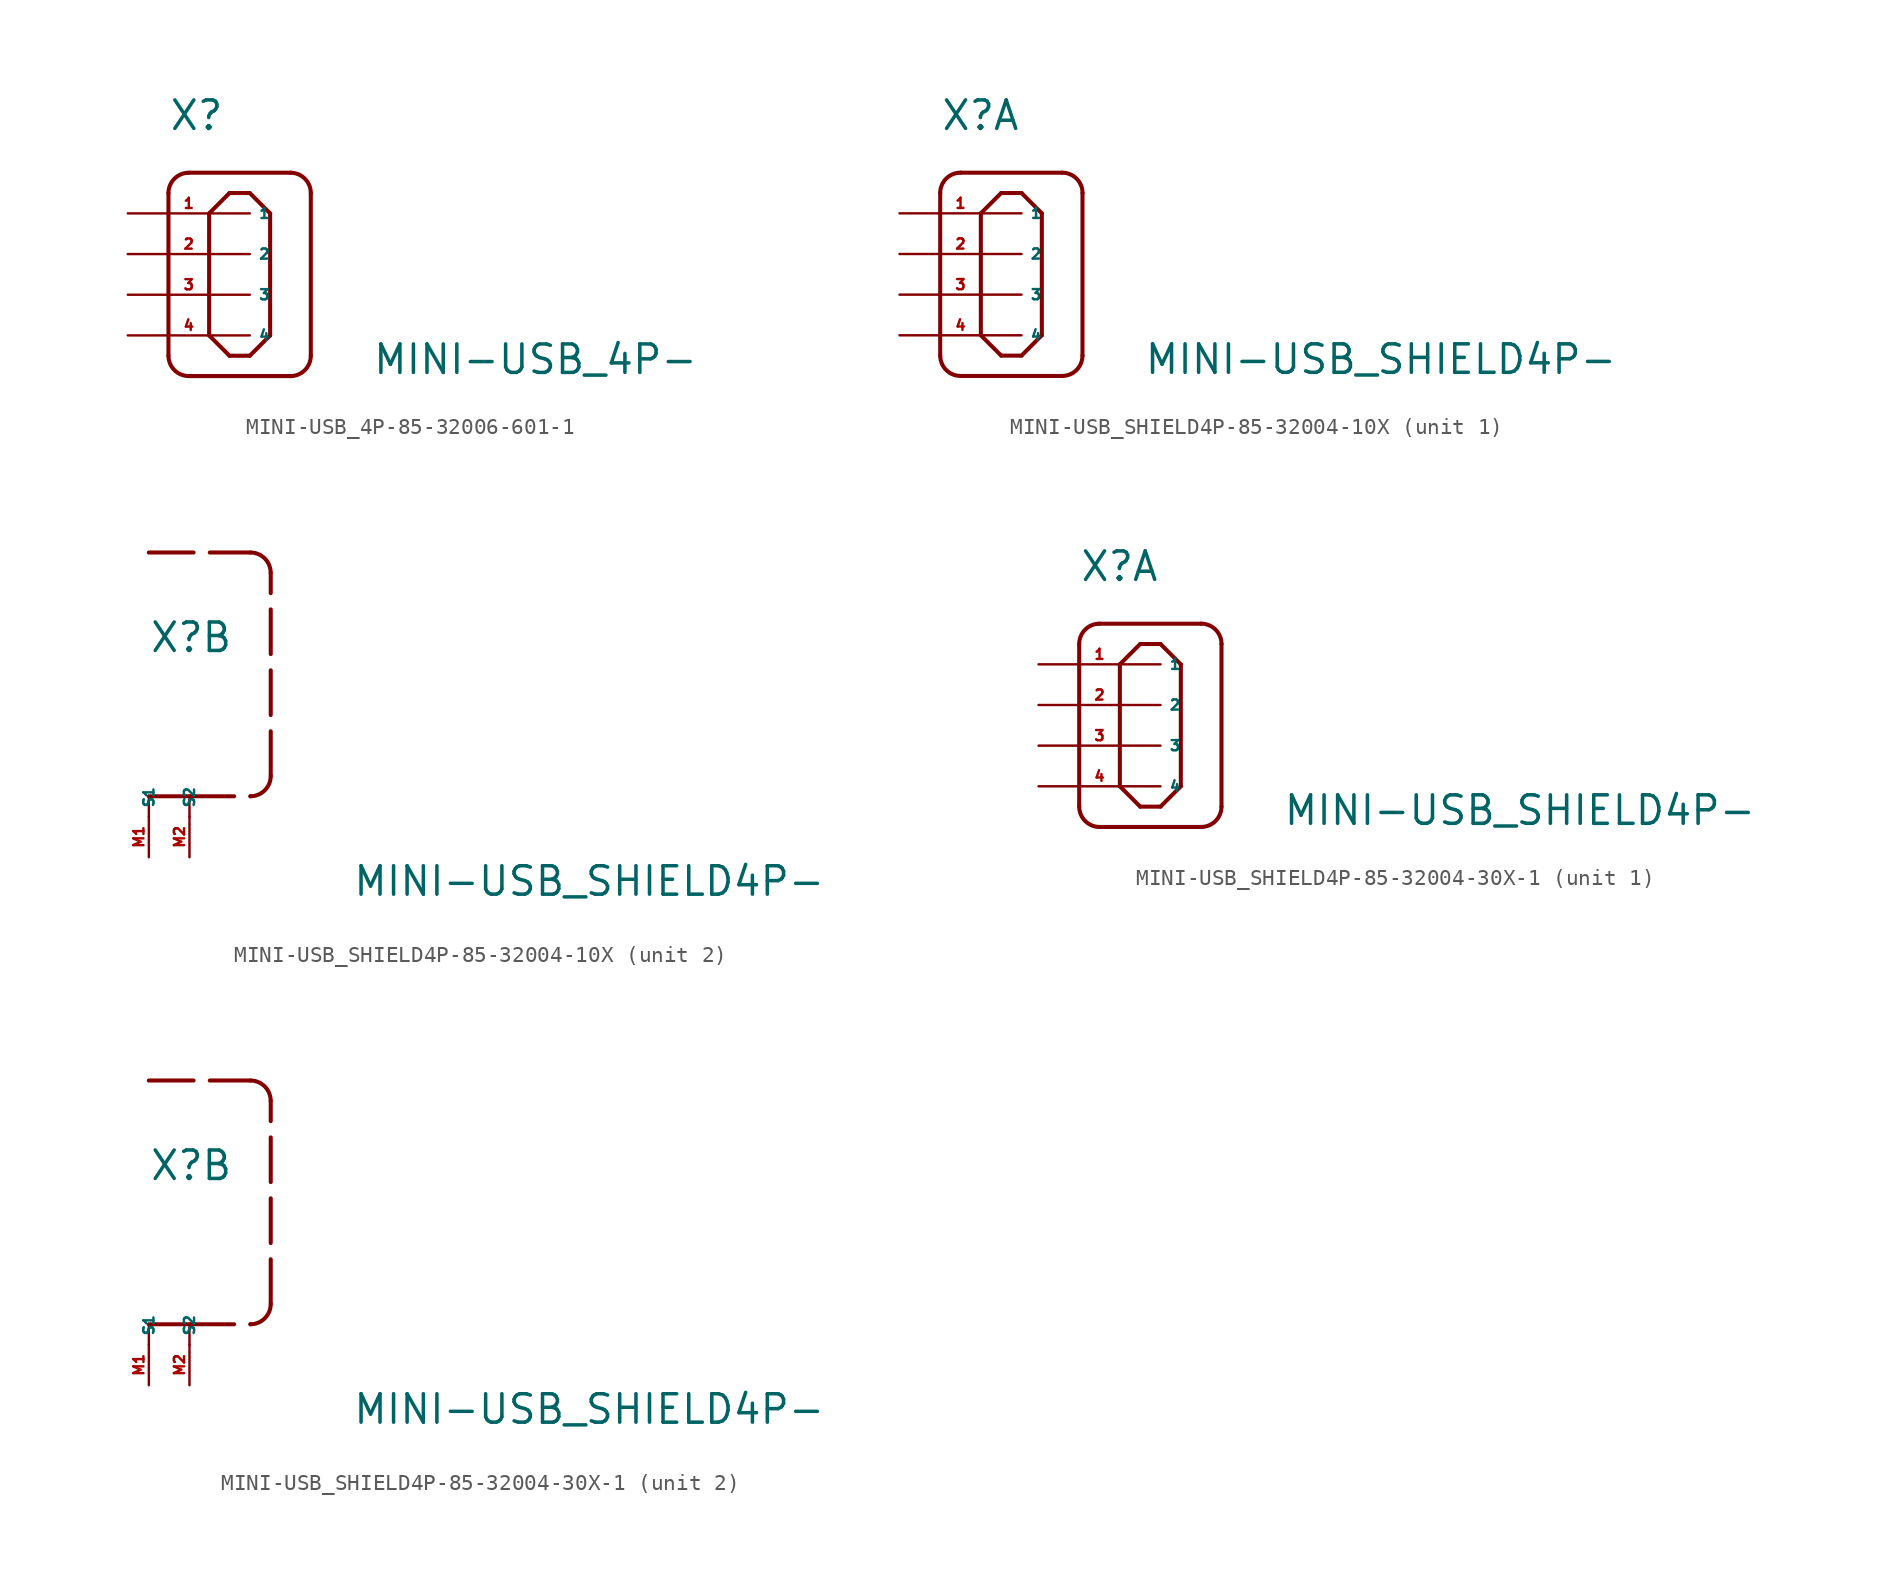
<source format=kicad_sym>
(kicad_symbol_lib
  (version 20220914)
  (generator Eagle2Kicad)
  (symbol "MINI-USB_4P-85-32006-601-1"
    (property "Reference" "X"
      (at -2.54 10.16 0)
      (effects (font (size 1.778 1.778) (thickness 0.22)) (justify left bottom)))
    (property "Value" "MINI-USB_4P-"
      (at 10.16 -5.08 0)
      (effects (font (size 1.778 1.778) (thickness 0.22)) (justify left bottom)))
    (polyline
      (pts (xy -2.54 6.35) (xy -2.54 -3.81))
      (stroke (width 0.254) (type default))
      (fill (type none)))
    (arc
      (start -2.54 -3.81)
      (mid -2.168 -4.708)
      (end -1.27 -5.08)
      (stroke (width 0.254) (type default))
      (fill (type none)))
    (polyline
      (pts (xy -1.27 -5.08) (xy 5.08 -5.08))
      (stroke (width 0.254) (type default))
      (fill (type none)))
    (arc
      (start 5.08 -5.08)
      (mid 5.978 -4.708)
      (end 6.35 -3.81)
      (stroke (width 0.254) (type default))
      (fill (type none)))
    (polyline
      (pts (xy 6.35 -3.81) (xy 6.35 6.35))
      (stroke (width 0.254) (type default))
      (fill (type none)))
    (arc
      (start -1.27 7.62)
      (mid -2.168 7.248)
      (end -2.54 6.35)
      (stroke (width 0.254) (type default))
      (fill (type none)))
    (polyline
      (pts (xy -1.27 7.62) (xy 5.08 7.62))
      (stroke (width 0.254) (type default))
      (fill (type none)))
    (arc
      (start 6.35 6.35)
      (mid 5.978 7.248)
      (end 5.08 7.62)
      (stroke (width 0.254) (type default))
      (fill (type none)))
    (polyline
      (pts (xy 0 5.08) (xy 0 -2.54))
      (stroke (width 0.254) (type default))
      (fill (type none)))
    (polyline
      (pts (xy 0 -2.54) (xy 1.27 -3.81))
      (stroke (width 0.254) (type default))
      (fill (type none)))
    (polyline
      (pts (xy 1.27 -3.81) (xy 2.54 -3.81))
      (stroke (width 0.254) (type default))
      (fill (type none)))
    (polyline
      (pts (xy 3.81 -2.54) (xy 3.81 5.08))
      (stroke (width 0.254) (type default))
      (fill (type none)))
    (polyline
      (pts (xy 2.54 6.35) (xy 1.27 6.35))
      (stroke (width 0.254) (type default))
      (fill (type none)))
    (polyline
      (pts (xy 1.27 6.35) (xy 0 5.08))
      (stroke (width 0.254) (type default))
      (fill (type none)))
    (polyline
      (pts (xy 2.54 6.35) (xy 3.81 5.08))
      (stroke (width 0.254) (type default))
      (fill (type none)))
    (polyline
      (pts (xy 2.54 -3.81) (xy 3.81 -2.54))
      (stroke (width 0.254) (type default))
      (fill (type none)))
    (pin passive line
      (at -5.08 5.08 0)
      (length 7.62)
      (name "1" (effects (font (size 0.635 0.635) (thickness 0.08)) (justify left bottom)))
      (number "1" (effects (font (size 0.635 0.635) (thickness 0.08)) (justify left bottom))))
    (pin passive line
      (at -5.08 2.54 0)
      (length 7.62)
      (name "2" (effects (font (size 0.635 0.635) (thickness 0.08)) (justify left bottom)))
      (number "2" (effects (font (size 0.635 0.635) (thickness 0.08)) (justify left bottom))))
    (pin passive line
      (at -5.08 0 0)
      (length 7.62)
      (name "3" (effects (font (size 0.635 0.635) (thickness 0.08)) (justify left bottom)))
      (number "3" (effects (font (size 0.635 0.635) (thickness 0.08)) (justify left bottom))))
    (pin passive line
      (at -5.08 -2.54 0)
      (length 7.62)
      (name "4" (effects (font (size 0.635 0.635) (thickness 0.08)) (justify left bottom)))
      (number "4" (effects (font (size 0.635 0.635) (thickness 0.08)) (justify left bottom)))))
  (symbol "MINI-USB_SHIELD4P-85-32004-10X"
    (property "Reference" "X"
      (at -2.54 10.16 0)
      (effects (font (size 1.778 1.778) (thickness 0.22)) (justify left bottom)))
    (property "Value" "MINI-USB_SHIELD4P-"
      (at 10.16 -5.08 0)
      (effects (font (size 1.778 1.778) (thickness 0.22)) (justify left bottom)))
    (symbol "MINI-USB_SHIELD4P-85-32004-10X_1_0"
      (polyline (pts (xy -2.54 6.35) (xy -2.54 -3.81)) (stroke (width 0.254) (type default)) (fill (type none)))
      (arc (start -2.54 -3.81) (mid -2.168 -4.708) (end -1.27 -5.08) (stroke (width 0.254) (type default)) (fill (type none)))
      (polyline (pts (xy -1.27 -5.08) (xy 5.08 -5.08)) (stroke (width 0.254) (type default)) (fill (type none)))
      (arc (start 5.08 -5.08) (mid 5.978 -4.708) (end 6.35 -3.81) (stroke (width 0.254) (type default)) (fill (type none)))
      (polyline (pts (xy 6.35 -3.81) (xy 6.35 6.35)) (stroke (width 0.254) (type default)) (fill (type none)))
      (arc (start -1.27 7.62) (mid -2.168 7.248) (end -2.54 6.35) (stroke (width 0.254) (type default)) (fill (type none)))
      (polyline (pts (xy -1.27 7.62) (xy 5.08 7.62)) (stroke (width 0.254) (type default)) (fill (type none)))
      (arc (start 6.35 6.35) (mid 5.978 7.248) (end 5.08 7.62) (stroke (width 0.254) (type default)) (fill (type none)))
      (polyline (pts (xy 0 5.08) (xy 0 -2.54)) (stroke (width 0.254) (type default)) (fill (type none)))
      (polyline (pts (xy 0 -2.54) (xy 1.27 -3.81)) (stroke (width 0.254) (type default)) (fill (type none)))
      (polyline (pts (xy 1.27 -3.81) (xy 2.54 -3.81)) (stroke (width 0.254) (type default)) (fill (type none)))
      (polyline (pts (xy 3.81 -2.54) (xy 3.81 5.08)) (stroke (width 0.254) (type default)) (fill (type none)))
      (polyline (pts (xy 2.54 6.35) (xy 1.27 6.35)) (stroke (width 0.254) (type default)) (fill (type none)))
      (polyline (pts (xy 1.27 6.35) (xy 0 5.08)) (stroke (width 0.254) (type default)) (fill (type none)))
      (polyline (pts (xy 2.54 6.35) (xy 3.81 5.08)) (stroke (width 0.254) (type default)) (fill (type none)))
      (polyline (pts (xy 2.54 -3.81) (xy 3.81 -2.54)) (stroke (width 0.254) (type default)) (fill (type none)))
      (pin passive line (at -5.08 5.08 0) (length 7.62) (name "1" (effects (font (size 0.635 0.635) (thickness 0.08)) (justify left bottom))) (number "1" (effects (font (size 0.635 0.635) (thickness 0.08)) (justify left bottom))))
      (pin passive line (at -5.08 2.54 0) (length 7.62) (name "2" (effects (font (size 0.635 0.635) (thickness 0.08)) (justify left bottom))) (number "2" (effects (font (size 0.635 0.635) (thickness 0.08)) (justify left bottom))))
      (pin passive line (at -5.08 0 0) (length 7.62) (name "3" (effects (font (size 0.635 0.635) (thickness 0.08)) (justify left bottom))) (number "3" (effects (font (size 0.635 0.635) (thickness 0.08)) (justify left bottom))))
      (pin passive line (at -5.08 -2.54 0) (length 7.62) (name "4" (effects (font (size 0.635 0.635) (thickness 0.08)) (justify left bottom))) (number "4" (effects (font (size 0.635 0.635) (thickness 0.08)) (justify left bottom)))))
    (symbol "MINI-USB_SHIELD4P-85-32004-10X_2_0"
      (polyline (pts (xy -2.54 1.27) (xy 0 1.27)) (stroke (width 0.254) (type dash)) (fill (type none)))
      (polyline (pts (xy 0 1.27) (xy 3.81 1.27)) (stroke (width 0.254) (type dash)) (fill (type none)))
      (arc (start 3.81 1.27) (mid 4.708 1.642) (end 5.08 2.54) (stroke (width 0.254) (type dash)) (fill (type none)))
      (polyline (pts (xy 5.08 2.54) (xy 5.08 15.24)) (stroke (width 0.254) (type dash)) (fill (type none)))
      (polyline (pts (xy -2.54 16.51) (xy 3.81 16.51)) (stroke (width 0.254) (type dash)) (fill (type none)))
      (arc (start 5.08 15.24) (mid 4.708 16.138) (end 3.81 16.51) (stroke (width 0.254) (type dash)) (fill (type none)))
      (polyline (pts (xy -2.54 0) (xy -2.54 1.27)) (stroke (width 0.152) (type default)) (fill (type none)))
      (polyline (pts (xy 0 0) (xy 0 1.27)) (stroke (width 0.152) (type default)) (fill (type none)))
      (pin passive line (at -2.54 -2.54 90) (length 2.54) (name "S1" (effects (font (size 0.635 0.635) (thickness 0.08)) (justify left bottom))) (number "M1" (effects (font (size 0.635 0.635) (thickness 0.08)) (justify left bottom))))
      (pin passive line (at 0 -2.54 90) (length 2.54) (name "S2" (effects (font (size 0.635 0.635) (thickness 0.08)) (justify left bottom))) (number "M2" (effects (font (size 0.635 0.635) (thickness 0.08)) (justify left bottom))))))
  (symbol "MINI-USB_SHIELD4P-85-32004-30X-1"
    (property "Reference" "X"
      (at -2.54 10.16 0)
      (effects (font (size 1.778 1.778) (thickness 0.22)) (justify left bottom)))
    (property "Value" "MINI-USB_SHIELD4P-"
      (at 10.16 -5.08 0)
      (effects (font (size 1.778 1.778) (thickness 0.22)) (justify left bottom)))
    (symbol "MINI-USB_SHIELD4P-85-32004-30X-1_1_0"
      (polyline (pts (xy -2.54 6.35) (xy -2.54 -3.81)) (stroke (width 0.254) (type default)) (fill (type none)))
      (arc (start -2.54 -3.81) (mid -2.168 -4.708) (end -1.27 -5.08) (stroke (width 0.254) (type default)) (fill (type none)))
      (polyline (pts (xy -1.27 -5.08) (xy 5.08 -5.08)) (stroke (width 0.254) (type default)) (fill (type none)))
      (arc (start 5.08 -5.08) (mid 5.978 -4.708) (end 6.35 -3.81) (stroke (width 0.254) (type default)) (fill (type none)))
      (polyline (pts (xy 6.35 -3.81) (xy 6.35 6.35)) (stroke (width 0.254) (type default)) (fill (type none)))
      (arc (start -1.27 7.62) (mid -2.168 7.248) (end -2.54 6.35) (stroke (width 0.254) (type default)) (fill (type none)))
      (polyline (pts (xy -1.27 7.62) (xy 5.08 7.62)) (stroke (width 0.254) (type default)) (fill (type none)))
      (arc (start 6.35 6.35) (mid 5.978 7.248) (end 5.08 7.62) (stroke (width 0.254) (type default)) (fill (type none)))
      (polyline (pts (xy 0 5.08) (xy 0 -2.54)) (stroke (width 0.254) (type default)) (fill (type none)))
      (polyline (pts (xy 0 -2.54) (xy 1.27 -3.81)) (stroke (width 0.254) (type default)) (fill (type none)))
      (polyline (pts (xy 1.27 -3.81) (xy 2.54 -3.81)) (stroke (width 0.254) (type default)) (fill (type none)))
      (polyline (pts (xy 3.81 -2.54) (xy 3.81 5.08)) (stroke (width 0.254) (type default)) (fill (type none)))
      (polyline (pts (xy 2.54 6.35) (xy 1.27 6.35)) (stroke (width 0.254) (type default)) (fill (type none)))
      (polyline (pts (xy 1.27 6.35) (xy 0 5.08)) (stroke (width 0.254) (type default)) (fill (type none)))
      (polyline (pts (xy 2.54 6.35) (xy 3.81 5.08)) (stroke (width 0.254) (type default)) (fill (type none)))
      (polyline (pts (xy 2.54 -3.81) (xy 3.81 -2.54)) (stroke (width 0.254) (type default)) (fill (type none)))
      (pin passive line (at -5.08 5.08 0) (length 7.62) (name "1" (effects (font (size 0.635 0.635) (thickness 0.08)) (justify left bottom))) (number "1" (effects (font (size 0.635 0.635) (thickness 0.08)) (justify left bottom))))
      (pin passive line (at -5.08 2.54 0) (length 7.62) (name "2" (effects (font (size 0.635 0.635) (thickness 0.08)) (justify left bottom))) (number "2" (effects (font (size 0.635 0.635) (thickness 0.08)) (justify left bottom))))
      (pin passive line (at -5.08 0 0) (length 7.62) (name "3" (effects (font (size 0.635 0.635) (thickness 0.08)) (justify left bottom))) (number "3" (effects (font (size 0.635 0.635) (thickness 0.08)) (justify left bottom))))
      (pin passive line (at -5.08 -2.54 0) (length 7.62) (name "4" (effects (font (size 0.635 0.635) (thickness 0.08)) (justify left bottom))) (number "4" (effects (font (size 0.635 0.635) (thickness 0.08)) (justify left bottom)))))
    (symbol "MINI-USB_SHIELD4P-85-32004-30X-1_2_0"
      (polyline (pts (xy -2.54 1.27) (xy 0 1.27)) (stroke (width 0.254) (type dash)) (fill (type none)))
      (polyline (pts (xy 0 1.27) (xy 3.81 1.27)) (stroke (width 0.254) (type dash)) (fill (type none)))
      (arc (start 3.81 1.27) (mid 4.708 1.642) (end 5.08 2.54) (stroke (width 0.254) (type dash)) (fill (type none)))
      (polyline (pts (xy 5.08 2.54) (xy 5.08 15.24)) (stroke (width 0.254) (type dash)) (fill (type none)))
      (polyline (pts (xy -2.54 16.51) (xy 3.81 16.51)) (stroke (width 0.254) (type dash)) (fill (type none)))
      (arc (start 5.08 15.24) (mid 4.708 16.138) (end 3.81 16.51) (stroke (width 0.254) (type dash)) (fill (type none)))
      (polyline (pts (xy -2.54 0) (xy -2.54 1.27)) (stroke (width 0.152) (type default)) (fill (type none)))
      (polyline (pts (xy 0 0) (xy 0 1.27)) (stroke (width 0.152) (type default)) (fill (type none)))
      (pin passive line (at -2.54 -2.54 90) (length 2.54) (name "S1" (effects (font (size 0.635 0.635) (thickness 0.08)) (justify left bottom))) (number "M1" (effects (font (size 0.635 0.635) (thickness 0.08)) (justify left bottom))))
      (pin passive line (at 0 -2.54 90) (length 2.54) (name "S2" (effects (font (size 0.635 0.635) (thickness 0.08)) (justify left bottom))) (number "M2" (effects (font (size 0.635 0.635) (thickness 0.08)) (justify left bottom)))))))
</source>
